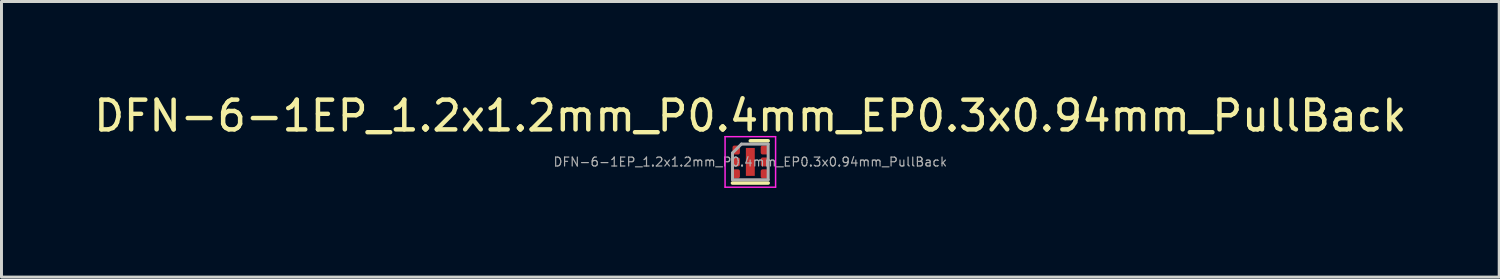
<source format=kicad_pcb>
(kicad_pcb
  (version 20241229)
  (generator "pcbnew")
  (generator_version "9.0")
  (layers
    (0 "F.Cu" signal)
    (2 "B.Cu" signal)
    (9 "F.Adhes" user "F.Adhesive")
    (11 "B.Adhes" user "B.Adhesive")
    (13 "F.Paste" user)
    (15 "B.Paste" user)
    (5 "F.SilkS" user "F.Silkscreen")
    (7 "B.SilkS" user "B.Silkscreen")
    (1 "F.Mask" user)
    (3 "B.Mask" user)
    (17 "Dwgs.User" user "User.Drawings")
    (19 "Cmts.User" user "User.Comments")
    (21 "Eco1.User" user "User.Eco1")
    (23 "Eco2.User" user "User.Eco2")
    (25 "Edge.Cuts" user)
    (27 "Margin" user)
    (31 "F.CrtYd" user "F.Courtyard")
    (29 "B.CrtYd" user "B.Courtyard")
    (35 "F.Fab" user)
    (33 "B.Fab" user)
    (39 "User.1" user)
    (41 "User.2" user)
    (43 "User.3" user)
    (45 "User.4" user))
  (footprint "DFN-6-1EP_1.2x1.2mm_P0.4mm_EP0.3x0.94mm_PullBack"
    (layer "F.Cu")
    (at 22.196 2.398)
    (property "Reference" "DFN-6-1EP_1.2x1.2mm_P0.4mm_EP0.3x0.94mm_PullBack" (at 0 -1.55 0) (layer "F.SilkS") (effects (font (size 1 1) (thickness 0.15))))
    (attr smd)
    (fp_line (start -0.6 0.71) (end 0.6 0.71) (stroke (width 0.12) (type solid)) (layer "F.SilkS"))
    (fp_line (start 0 -0.71) (end 0.6 -0.71) (stroke (width 0.12) (type solid)) (layer "F.SilkS"))
    (fp_line (start -0.85 -0.85) (end -0.85 0.85) (stroke (width 0.05) (type solid)) (layer "F.CrtYd"))
    (fp_line (start -0.85 0.85) (end 0.85 0.85) (stroke (width 0.05) (type solid)) (layer "F.CrtYd"))
    (fp_line (start 0.85 -0.85) (end -0.85 -0.85) (stroke (width 0.05) (type solid)) (layer "F.CrtYd"))
    (fp_line (start 0.85 0.85) (end 0.85 -0.85) (stroke (width 0.05) (type solid)) (layer "F.CrtYd"))
    (fp_line (start -0.6 -0.3) (end -0.3 -0.6) (stroke (width 0.1) (type solid)) (layer "F.Fab"))
    (fp_line (start -0.6 0.6) (end -0.6 -0.3) (stroke (width 0.1) (type solid)) (layer "F.Fab"))
    (fp_line (start -0.3 -0.6) (end 0.6 -0.6) (stroke (width 0.1) (type solid)) (layer "F.Fab"))
    (fp_line (start 0.6 -0.6) (end 0.6 0.6) (stroke (width 0.1) (type solid)) (layer "F.Fab"))
    (fp_line (start 0.6 0.6) (end -0.6 0.6) (stroke (width 0.1) (type solid)) (layer "F.Fab"))
    (fp_text user "${REFERENCE}" (at 0 0 0) (layer "F.Fab") (effects (font (size 0.3 0.3) (thickness 0.04))))
    (pad "" smd roundrect (at 0 -0.235) (size 0.24 0.38) (layers "F.Paste") (roundrect_rratio 0.25))
    (pad "" smd roundrect (at 0 0.235) (size 0.24 0.38) (layers "F.Paste") (roundrect_rratio 0.25))
    (pad "1" smd roundrect (at -0.475 -0.4) (size 0.25 0.3) (layers "F.Cu" "F.Mask" "F.Paste") (roundrect_rratio 0.25))
    (pad "2" smd roundrect (at -0.475 0) (size 0.25 0.3) (layers "F.Cu" "F.Mask" "F.Paste") (roundrect_rratio 0.25))
    (pad "3" smd roundrect (at -0.475 0.4) (size 0.25 0.3) (layers "F.Cu" "F.Mask" "F.Paste") (roundrect_rratio 0.25))
    (pad "4" smd roundrect (at 0.475 0.4) (size 0.25 0.3) (layers "F.Cu" "F.Mask" "F.Paste") (roundrect_rratio 0.25))
    (pad "5" smd roundrect (at 0.475 0) (size 0.25 0.3) (layers "F.Cu" "F.Mask" "F.Paste") (roundrect_rratio 0.25))
    (pad "6" smd roundrect (at 0.475 -0.4) (size 0.25 0.3) (layers "F.Cu" "F.Mask" "F.Paste") (roundrect_rratio 0.25))
    (pad "7" smd rect (at 0 0) (size 0.3 0.94) (layers "F.Cu" "F.Mask")))
  (gr_rect
    (start -3 -3)
    (end 47.393 6.273)
    (stroke (width 0.1) (type default))
    (fill no)
    (layer "Edge.Cuts")))
</source>
